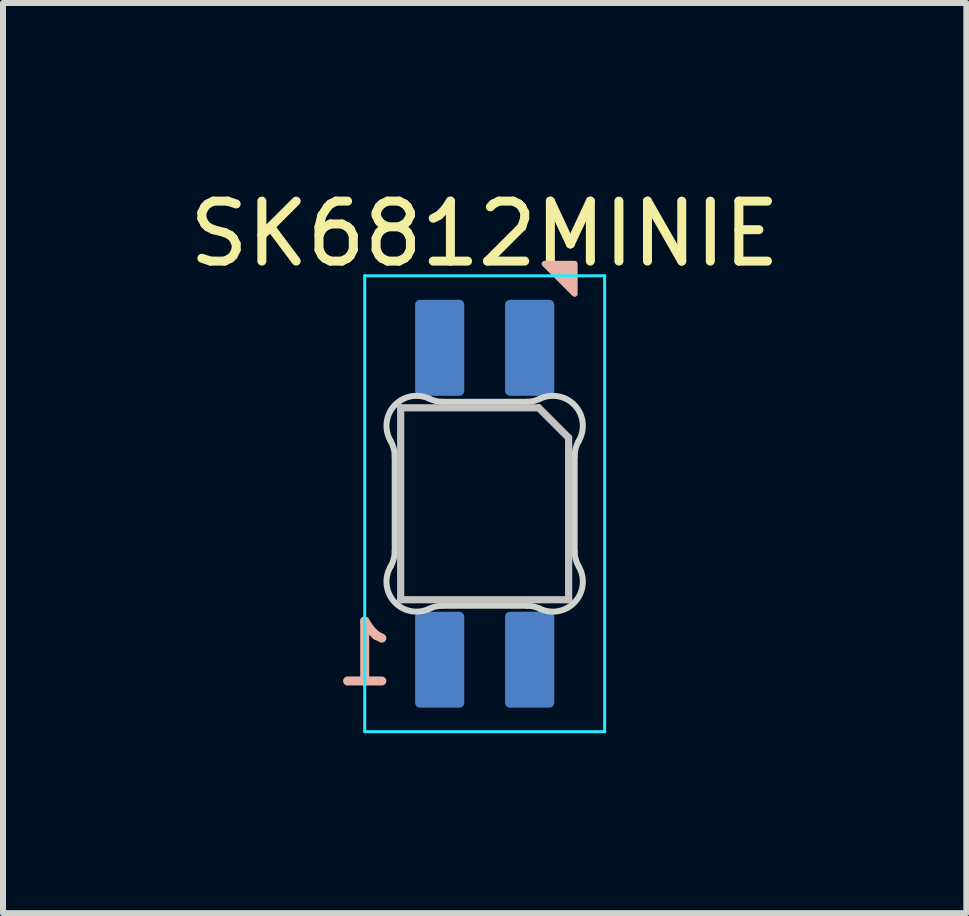
<source format=kicad_pcb>
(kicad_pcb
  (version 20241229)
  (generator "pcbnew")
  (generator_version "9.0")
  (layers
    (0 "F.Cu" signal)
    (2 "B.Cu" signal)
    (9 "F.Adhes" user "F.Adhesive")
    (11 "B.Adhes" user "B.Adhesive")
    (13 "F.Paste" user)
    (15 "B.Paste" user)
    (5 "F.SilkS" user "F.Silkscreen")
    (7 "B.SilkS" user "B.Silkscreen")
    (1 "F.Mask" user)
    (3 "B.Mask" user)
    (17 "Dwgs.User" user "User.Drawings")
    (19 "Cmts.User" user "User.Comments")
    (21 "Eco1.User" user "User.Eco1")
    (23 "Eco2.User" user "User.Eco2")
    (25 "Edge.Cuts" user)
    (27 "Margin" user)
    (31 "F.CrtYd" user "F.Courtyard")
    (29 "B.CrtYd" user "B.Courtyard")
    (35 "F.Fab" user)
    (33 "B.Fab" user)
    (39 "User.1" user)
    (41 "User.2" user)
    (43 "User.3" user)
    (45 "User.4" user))
  (footprint "SK6812MINIE"
    (layer "F.Cu")
    (at 5.03 5.348)
    (property "Reference" "SK6812MINIE" (at 0 -4.5 180) (layer "F.SilkS") (effects (font (size 1 1) (thickness 0.15))))
    (attr smd)
    (fp_poly (pts (xy 1 -4) (xy 1.5 -3.5) (xy 1.5 -4)) (stroke (width 0.1) (type solid)) (fill yes) (layer "B.SilkS"))
    (fp_line (start -1.4 -1.6) (end -1.4 1.6) (stroke (width 0.12) (type solid)) (layer "Dwgs.User"))
    (fp_line (start -1.4 1.6) (end 1.4 1.6) (stroke (width 0.12) (type solid)) (layer "Dwgs.User"))
    (fp_line (start 0.9 -1.6) (end -1.4 -1.6) (stroke (width 0.12) (type solid)) (layer "Dwgs.User"))
    (fp_line (start 0.9 -1.6) (end 1.4 -1.1) (stroke (width 0.12) (type solid)) (layer "Dwgs.User"))
    (fp_line (start 1.4 1.6) (end 1.4 -1.1) (stroke (width 0.12) (type solid)) (layer "Dwgs.User"))
    (fp_line (start -1.5 0.794) (end -1.5 -0.794) (stroke (width 0.1) (type solid)) (layer "Edge.Cuts"))
    (fp_line (start -0.703 -1.7) (end 0.703 -1.7) (stroke (width 0.1) (type solid)) (layer "Edge.Cuts"))
    (fp_line (start 0.703 1.7) (end -0.703 1.7) (stroke (width 0.1) (type solid)) (layer "Edge.Cuts"))
    (fp_line (start 1.5 -0.794) (end 1.5 0.794) (stroke (width 0.1) (type solid)) (layer "Edge.Cuts"))
    (fp_arc (start -1.568298 -1.046711) (mid -1.517376 -0.925123) (end -1.499999 -0.794453) (stroke (width 0.1) (type solid)) (layer "Edge.Cuts"))
    (fp_arc (start -1.568298 -1.046711) (mid -1.504034 -1.638071) (end -0.91972 -1.749484) (stroke (width 0.1) (type solid)) (layer "Edge.Cuts"))
    (fp_arc (start -1.5 0.794453) (mid -1.517377 0.925123) (end -1.568299 1.046711) (stroke (width 0.1) (type solid)) (layer "Edge.Cuts"))
    (fp_arc (start -0.91972 1.749484) (mid -1.504035 1.638071) (end -1.568299 1.046711) (stroke (width 0.1) (type solid)) (layer "Edge.Cuts"))
    (fp_arc (start -0.91972 1.749484) (mid -0.814068 1.712527) (end -0.702842 1.699999) (stroke (width 0.1) (type solid)) (layer "Edge.Cuts"))
    (fp_arc (start -0.702843 -1.699999) (mid -0.814068 -1.712527) (end -0.91972 -1.749484) (stroke (width 0.1) (type solid)) (layer "Edge.Cuts"))
    (fp_arc (start 0.702843 1.699999) (mid 0.814068 1.712527) (end 0.91972 1.749484) (stroke (width 0.1) (type solid)) (layer "Edge.Cuts"))
    (fp_arc (start 0.919719 -1.749484) (mid 1.504035 -1.638072) (end 1.568299 -1.046711) (stroke (width 0.1) (type solid)) (layer "Edge.Cuts"))
    (fp_arc (start 0.91972 -1.749484) (mid 0.814068 -1.712527) (end 0.702842 -1.699999) (stroke (width 0.1) (type solid)) (layer "Edge.Cuts"))
    (fp_arc (start 1.5 -0.794452) (mid 1.517377 -0.925123) (end 1.568299 -1.046711) (stroke (width 0.1) (type solid)) (layer "Edge.Cuts"))
    (fp_arc (start 1.568297 1.046711) (mid 1.504034 1.63807) (end 0.91972 1.749484) (stroke (width 0.1) (type solid)) (layer "Edge.Cuts"))
    (fp_arc (start 1.568299 1.04671) (mid 1.517377 0.925122) (end 1.5 0.794452) (stroke (width 0.1) (type solid)) (layer "Edge.Cuts"))
    (fp_line (start -2 -3.8) (end -2 3.8) (stroke (width 0.05) (type solid)) (layer "B.CrtYd"))
    (fp_line (start -2 3.8) (end 2 3.8) (stroke (width 0.05) (type solid)) (layer "B.CrtYd"))
    (fp_line (start 2 -3.8) (end -2 -3.8) (stroke (width 0.05) (type solid)) (layer "B.CrtYd"))
    (fp_line (start 2 3.8) (end 2 -3.8) (stroke (width 0.05) (type solid)) (layer "B.CrtYd"))
    (fp_text user "1" (at -2 2.5 0) (layer "B.SilkS") (effects (font (size 1 1) (thickness 0.15)) (justify mirror)))
    (pad "1" smd roundrect (at -0.75 2.6) (size 0.82 1.6) (layers "B.Cu" "B.Mask" "B.Paste") (roundrect_rratio 0.1))
    (pad "2" smd roundrect (at 0.75 2.6) (size 0.82 1.6) (layers "B.Cu" "B.Mask" "B.Paste") (roundrect_rratio 0.1))
    (pad "3" smd roundrect (at 0.75 -2.6) (size 0.82 1.6) (layers "B.Cu" "B.Mask" "B.Paste") (roundrect_rratio 0.1))
    (pad "4" smd roundrect (at -0.75 -2.6) (size 0.82 1.6) (layers "B.Cu" "B.Mask" "B.Paste") (roundrect_rratio 0.1)))
  (gr_rect
    (start -3 -3)
    (end 13.06 12.173)
    (stroke (width 0.1) (type default))
    (fill no)
    (layer "Edge.Cuts")))
</source>
